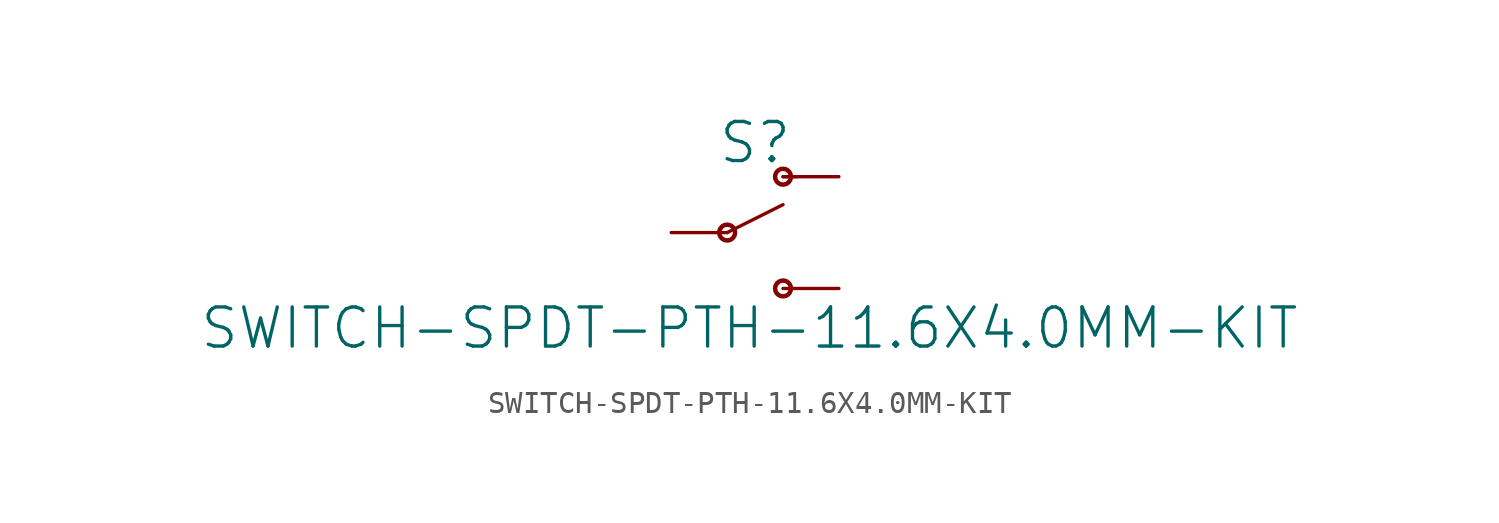
<source format=kicad_sym>
(kicad_symbol_lib
  (version 20211014)
  (generator kicad_symbol_editor)
  (symbol "SWITCH-SPDT-PTH-11.6X4.0MM-KIT"
    (property "Reference" "S"
      (at 1.27 3.048 0)
      (effects (font (size 1.778 1.778)) (justify bottom)))
    (property "Value" "SWITCH-SPDT-PTH-11.6X4.0MM-KIT"
      (at 1.016 -3.302 0)
      (effects (font (size 1.778 1.778)) (justify top)))
    (property "ki_locked" ""
      (at 0 0 0)
      (effects (font (size 1.27 1.27))))
    (symbol "SWITCH-SPDT-PTH-11.6X4.0MM-KIT_1_0"
      (polyline (pts (xy 0 0) (xy 2.54 1.27)) (stroke (width 0.152) (type default) (color 0 0 0 0)) (fill (type none)))
      (polyline (pts (xy 2.54 -2.54) (xy 3.175 -2.54)) (stroke (width 0.127) (type default) (color 0 0 0 0)) (fill (type none)))
      (polyline (pts (xy 2.54 2.54) (xy 3.175 2.54)) (stroke (width 0.152) (type default) (color 0 0 0 0)) (fill (type none)))
      (circle (center 0 0) (radius 0.359) (stroke (width 0.203) (type default) (color 0 0 0 0)) (fill (type none)))
      (circle (center 2.54 -2.54) (radius 0.359) (stroke (width 0.203) (type default) (color 0 0 0 0)) (fill (type none)))
      (circle (center 2.54 2.54) (radius 0.359) (stroke (width 0.203) (type default) (color 0 0 0 0)) (fill (type none)))
      (pin passive line (at 5.08 2.54 180) (length 2.54) (name "O" (effects (font (size 0 0)))) (number "1" (effects (font (size 0 0)))))
      (pin passive line (at -2.54 0 0) (length 2.54) (name "P" (effects (font (size 0 0)))) (number "2" (effects (font (size 0 0)))))
      (pin passive line (at 5.08 -2.54 180) (length 2.54) (name "S" (effects (font (size 0 0)))) (number "3" (effects (font (size 0 0))))))))
</source>
